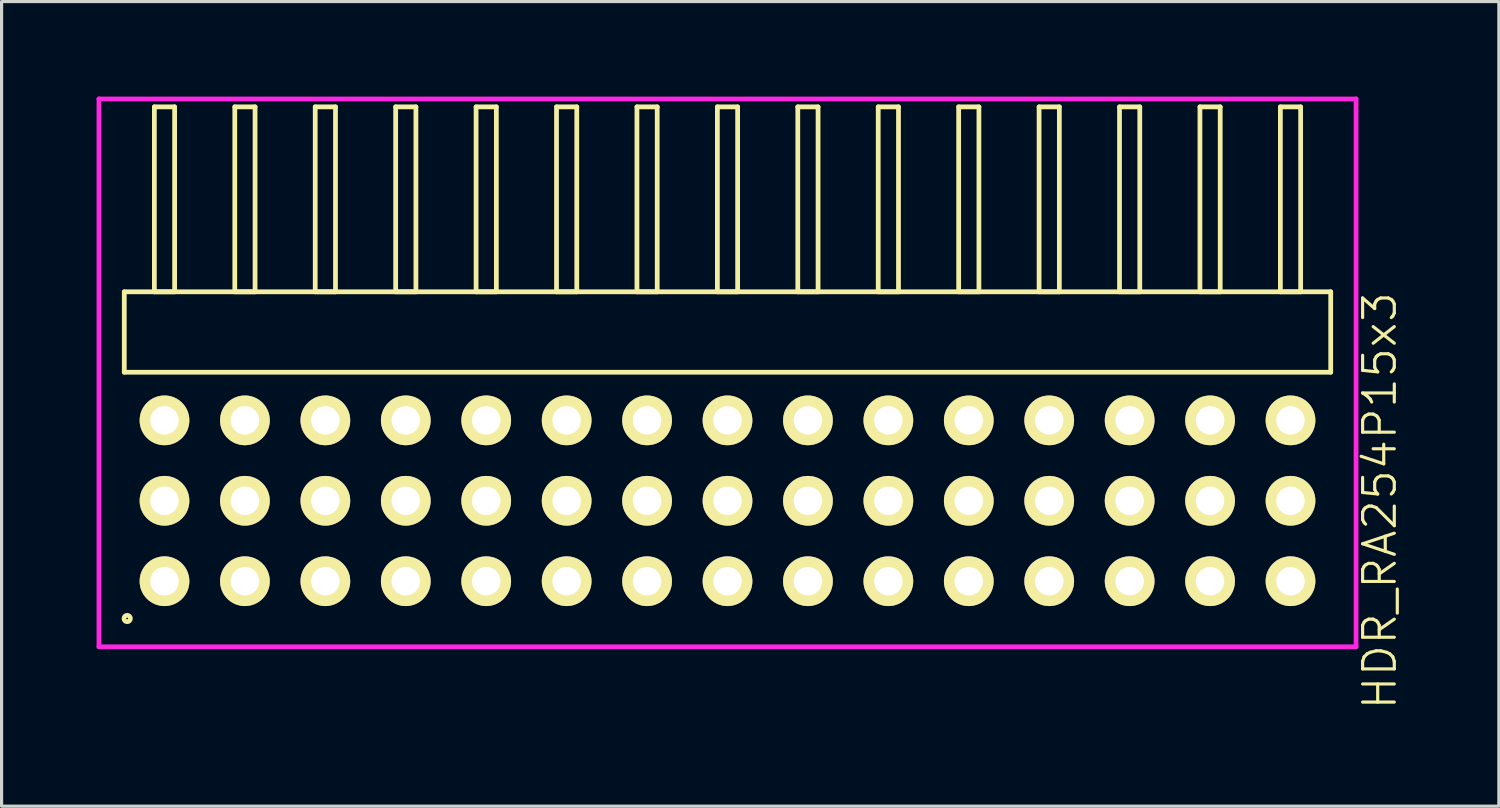
<source format=kicad_pcb>
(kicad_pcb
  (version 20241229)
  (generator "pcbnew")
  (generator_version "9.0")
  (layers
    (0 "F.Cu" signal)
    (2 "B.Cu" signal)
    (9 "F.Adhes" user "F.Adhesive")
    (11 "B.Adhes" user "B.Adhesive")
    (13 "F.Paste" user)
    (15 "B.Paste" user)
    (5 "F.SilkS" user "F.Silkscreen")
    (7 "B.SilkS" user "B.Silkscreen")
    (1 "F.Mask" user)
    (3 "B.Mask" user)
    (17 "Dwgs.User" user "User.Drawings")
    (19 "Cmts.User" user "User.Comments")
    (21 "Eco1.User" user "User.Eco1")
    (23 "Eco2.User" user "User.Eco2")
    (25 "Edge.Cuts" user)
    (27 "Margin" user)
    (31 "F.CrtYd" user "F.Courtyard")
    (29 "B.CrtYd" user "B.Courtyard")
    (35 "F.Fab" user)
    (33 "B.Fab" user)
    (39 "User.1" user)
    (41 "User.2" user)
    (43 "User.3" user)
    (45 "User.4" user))
  (footprint "HDR_RA254P15x3"
    (layer "F.Cu")
    (at 19.925 12.765)
    (property "Reference" "HDR_RA254P15x3" (at 20.6 0 90) (layer "F.SilkS") (effects (font (size 1 1) (thickness 0.1))))
    (attr through_hole)
    (fp_line (start -19.05 -6.6) (end -19.05 -4.06) (stroke (width 0.15) (type solid)) (layer "F.SilkS"))
    (fp_line (start -19.05 -4.06) (end 19.05 -4.06) (stroke (width 0.15) (type solid)) (layer "F.SilkS"))
    (fp_line (start -18.1 -12.44) (end -18.1 -6.6) (stroke (width 0.15) (type solid)) (layer "F.SilkS"))
    (fp_line (start -18.1 -6.6) (end -17.46 -6.6) (stroke (width 0.15) (type solid)) (layer "F.SilkS"))
    (fp_line (start -17.46 -12.44) (end -18.1 -12.44) (stroke (width 0.15) (type solid)) (layer "F.SilkS"))
    (fp_line (start -17.46 -6.6) (end -17.46 -12.44) (stroke (width 0.15) (type solid)) (layer "F.SilkS"))
    (fp_line (start -15.56 -12.44) (end -15.56 -6.6) (stroke (width 0.15) (type solid)) (layer "F.SilkS"))
    (fp_line (start -15.56 -6.6) (end -14.92 -6.6) (stroke (width 0.15) (type solid)) (layer "F.SilkS"))
    (fp_line (start -14.92 -12.44) (end -15.56 -12.44) (stroke (width 0.15) (type solid)) (layer "F.SilkS"))
    (fp_line (start -14.92 -6.6) (end -14.92 -12.44) (stroke (width 0.15) (type solid)) (layer "F.SilkS"))
    (fp_line (start -13.02 -12.44) (end -13.02 -6.6) (stroke (width 0.15) (type solid)) (layer "F.SilkS"))
    (fp_line (start -13.02 -6.6) (end -12.38 -6.6) (stroke (width 0.15) (type solid)) (layer "F.SilkS"))
    (fp_line (start -12.38 -12.44) (end -13.02 -12.44) (stroke (width 0.15) (type solid)) (layer "F.SilkS"))
    (fp_line (start -12.38 -6.6) (end -12.38 -12.44) (stroke (width 0.15) (type solid)) (layer "F.SilkS"))
    (fp_line (start -10.48 -12.44) (end -10.48 -6.6) (stroke (width 0.15) (type solid)) (layer "F.SilkS"))
    (fp_line (start -10.48 -6.6) (end -9.84 -6.6) (stroke (width 0.15) (type solid)) (layer "F.SilkS"))
    (fp_line (start -9.84 -12.44) (end -10.48 -12.44) (stroke (width 0.15) (type solid)) (layer "F.SilkS"))
    (fp_line (start -9.84 -6.6) (end -9.84 -12.44) (stroke (width 0.15) (type solid)) (layer "F.SilkS"))
    (fp_line (start -7.94 -12.44) (end -7.94 -6.6) (stroke (width 0.15) (type solid)) (layer "F.SilkS"))
    (fp_line (start -7.94 -6.6) (end -7.3 -6.6) (stroke (width 0.15) (type solid)) (layer "F.SilkS"))
    (fp_line (start -7.3 -12.44) (end -7.94 -12.44) (stroke (width 0.15) (type solid)) (layer "F.SilkS"))
    (fp_line (start -7.3 -6.6) (end -7.3 -12.44) (stroke (width 0.15) (type solid)) (layer "F.SilkS"))
    (fp_line (start -5.4 -12.44) (end -5.4 -6.6) (stroke (width 0.15) (type solid)) (layer "F.SilkS"))
    (fp_line (start -5.4 -6.6) (end -4.76 -6.6) (stroke (width 0.15) (type solid)) (layer "F.SilkS"))
    (fp_line (start -4.76 -12.44) (end -5.4 -12.44) (stroke (width 0.15) (type solid)) (layer "F.SilkS"))
    (fp_line (start -4.76 -6.6) (end -4.76 -12.44) (stroke (width 0.15) (type solid)) (layer "F.SilkS"))
    (fp_line (start -2.86 -12.44) (end -2.86 -6.6) (stroke (width 0.15) (type solid)) (layer "F.SilkS"))
    (fp_line (start -2.86 -6.6) (end -2.22 -6.6) (stroke (width 0.15) (type solid)) (layer "F.SilkS"))
    (fp_line (start -2.22 -12.44) (end -2.86 -12.44) (stroke (width 0.15) (type solid)) (layer "F.SilkS"))
    (fp_line (start -2.22 -6.6) (end -2.22 -12.44) (stroke (width 0.15) (type solid)) (layer "F.SilkS"))
    (fp_line (start -0.32 -12.44) (end -0.32 -6.6) (stroke (width 0.15) (type solid)) (layer "F.SilkS"))
    (fp_line (start -0.32 -6.6) (end 0.32 -6.6) (stroke (width 0.15) (type solid)) (layer "F.SilkS"))
    (fp_line (start 0.32 -12.44) (end -0.32 -12.44) (stroke (width 0.15) (type solid)) (layer "F.SilkS"))
    (fp_line (start 0.32 -6.6) (end 0.32 -12.44) (stroke (width 0.15) (type solid)) (layer "F.SilkS"))
    (fp_line (start 2.22 -12.44) (end 2.22 -6.6) (stroke (width 0.15) (type solid)) (layer "F.SilkS"))
    (fp_line (start 2.22 -6.6) (end 2.86 -6.6) (stroke (width 0.15) (type solid)) (layer "F.SilkS"))
    (fp_line (start 2.86 -12.44) (end 2.22 -12.44) (stroke (width 0.15) (type solid)) (layer "F.SilkS"))
    (fp_line (start 2.86 -6.6) (end 2.86 -12.44) (stroke (width 0.15) (type solid)) (layer "F.SilkS"))
    (fp_line (start 4.76 -12.44) (end 4.76 -6.6) (stroke (width 0.15) (type solid)) (layer "F.SilkS"))
    (fp_line (start 4.76 -6.6) (end 5.4 -6.6) (stroke (width 0.15) (type solid)) (layer "F.SilkS"))
    (fp_line (start 5.4 -12.44) (end 4.76 -12.44) (stroke (width 0.15) (type solid)) (layer "F.SilkS"))
    (fp_line (start 5.4 -6.6) (end 5.4 -12.44) (stroke (width 0.15) (type solid)) (layer "F.SilkS"))
    (fp_line (start 7.3 -12.44) (end 7.3 -6.6) (stroke (width 0.15) (type solid)) (layer "F.SilkS"))
    (fp_line (start 7.3 -6.6) (end 7.94 -6.6) (stroke (width 0.15) (type solid)) (layer "F.SilkS"))
    (fp_line (start 7.94 -12.44) (end 7.3 -12.44) (stroke (width 0.15) (type solid)) (layer "F.SilkS"))
    (fp_line (start 7.94 -6.6) (end 7.94 -12.44) (stroke (width 0.15) (type solid)) (layer "F.SilkS"))
    (fp_line (start 9.84 -12.44) (end 9.84 -6.6) (stroke (width 0.15) (type solid)) (layer "F.SilkS"))
    (fp_line (start 9.84 -6.6) (end 10.48 -6.6) (stroke (width 0.15) (type solid)) (layer "F.SilkS"))
    (fp_line (start 10.48 -12.44) (end 9.84 -12.44) (stroke (width 0.15) (type solid)) (layer "F.SilkS"))
    (fp_line (start 10.48 -6.6) (end 10.48 -12.44) (stroke (width 0.15) (type solid)) (layer "F.SilkS"))
    (fp_line (start 12.38 -12.44) (end 12.38 -6.6) (stroke (width 0.15) (type solid)) (layer "F.SilkS"))
    (fp_line (start 12.38 -6.6) (end 13.02 -6.6) (stroke (width 0.15) (type solid)) (layer "F.SilkS"))
    (fp_line (start 13.02 -12.44) (end 12.38 -12.44) (stroke (width 0.15) (type solid)) (layer "F.SilkS"))
    (fp_line (start 13.02 -6.6) (end 13.02 -12.44) (stroke (width 0.15) (type solid)) (layer "F.SilkS"))
    (fp_line (start 14.92 -12.44) (end 14.92 -6.6) (stroke (width 0.15) (type solid)) (layer "F.SilkS"))
    (fp_line (start 14.92 -6.6) (end 15.56 -6.6) (stroke (width 0.15) (type solid)) (layer "F.SilkS"))
    (fp_line (start 15.56 -12.44) (end 14.92 -12.44) (stroke (width 0.15) (type solid)) (layer "F.SilkS"))
    (fp_line (start 15.56 -6.6) (end 15.56 -12.44) (stroke (width 0.15) (type solid)) (layer "F.SilkS"))
    (fp_line (start 17.46 -12.44) (end 17.46 -6.6) (stroke (width 0.15) (type solid)) (layer "F.SilkS"))
    (fp_line (start 17.46 -6.6) (end 18.1 -6.6) (stroke (width 0.15) (type solid)) (layer "F.SilkS"))
    (fp_line (start 18.1 -12.44) (end 17.46 -12.44) (stroke (width 0.15) (type solid)) (layer "F.SilkS"))
    (fp_line (start 18.1 -6.6) (end 18.1 -12.44) (stroke (width 0.15) (type solid)) (layer "F.SilkS"))
    (fp_line (start 19.05 -6.6) (end -19.05 -6.6) (stroke (width 0.15) (type solid)) (layer "F.SilkS"))
    (fp_line (start 19.05 -4.06) (end 19.05 -6.6) (stroke (width 0.15) (type solid)) (layer "F.SilkS"))
    (fp_circle (center -18.958 3.718) (end -18.857 3.718) (stroke (width 0.15) (type solid)) (fill no) (layer "F.SilkS"))
    (fp_line (start -19.85 -12.69) (end -19.85 4.61) (stroke (width 0.15) (type solid)) (layer "F.CrtYd"))
    (fp_line (start -19.85 4.61) (end 19.85 4.61) (stroke (width 0.15) (type solid)) (layer "F.CrtYd"))
    (fp_line (start 19.85 -12.69) (end -19.85 -12.69) (stroke (width 0.15) (type solid)) (layer "F.CrtYd"))
    (fp_line (start 19.85 4.61) (end 19.85 -12.69) (stroke (width 0.15) (type solid)) (layer "F.CrtYd"))
    (pad "1" thru_hole oval (at -17.78 2.54) (size 1.57 1.57) (drill 0.9) (layers "*.Cu" "*.Mask" "F.SilkS"))
    (pad "2" thru_hole oval (at -17.78 0) (size 1.57 1.57) (drill 0.9) (layers "*.Cu" "*.Mask" "F.SilkS"))
    (pad "3" thru_hole oval (at -17.78 -2.54) (size 1.57 1.57) (drill 0.9) (layers "*.Cu" "*.Mask" "F.SilkS"))
    (pad "4" thru_hole oval (at -15.24 2.54) (size 1.57 1.57) (drill 0.9) (layers "*.Cu" "*.Mask" "F.SilkS"))
    (pad "5" thru_hole oval (at -15.24 0) (size 1.57 1.57) (drill 0.9) (layers "*.Cu" "*.Mask" "F.SilkS"))
    (pad "6" thru_hole oval (at -15.24 -2.54) (size 1.57 1.57) (drill 0.9) (layers "*.Cu" "*.Mask" "F.SilkS"))
    (pad "7" thru_hole oval (at -12.7 2.54) (size 1.57 1.57) (drill 0.9) (layers "*.Cu" "*.Mask" "F.SilkS"))
    (pad "8" thru_hole oval (at -12.7 0) (size 1.57 1.57) (drill 0.9) (layers "*.Cu" "*.Mask" "F.SilkS"))
    (pad "9" thru_hole oval (at -12.7 -2.54) (size 1.57 1.57) (drill 0.9) (layers "*.Cu" "*.Mask" "F.SilkS"))
    (pad "10" thru_hole oval (at -10.16 2.54) (size 1.57 1.57) (drill 0.9) (layers "*.Cu" "*.Mask" "F.SilkS"))
    (pad "11" thru_hole oval (at -10.16 0) (size 1.57 1.57) (drill 0.9) (layers "*.Cu" "*.Mask" "F.SilkS"))
    (pad "12" thru_hole oval (at -10.16 -2.54) (size 1.57 1.57) (drill 0.9) (layers "*.Cu" "*.Mask" "F.SilkS"))
    (pad "13" thru_hole oval (at -7.62 2.54) (size 1.57 1.57) (drill 0.9) (layers "*.Cu" "*.Mask" "F.SilkS"))
    (pad "14" thru_hole oval (at -7.62 0) (size 1.57 1.57) (drill 0.9) (layers "*.Cu" "*.Mask" "F.SilkS"))
    (pad "15" thru_hole oval (at -7.62 -2.54) (size 1.57 1.57) (drill 0.9) (layers "*.Cu" "*.Mask" "F.SilkS"))
    (pad "16" thru_hole oval (at -5.08 2.54) (size 1.57 1.57) (drill 0.9) (layers "*.Cu" "*.Mask" "F.SilkS"))
    (pad "17" thru_hole oval (at -5.08 0) (size 1.57 1.57) (drill 0.9) (layers "*.Cu" "*.Mask" "F.SilkS"))
    (pad "18" thru_hole oval (at -5.08 -2.54) (size 1.57 1.57) (drill 0.9) (layers "*.Cu" "*.Mask" "F.SilkS"))
    (pad "19" thru_hole oval (at -2.54 2.54) (size 1.57 1.57) (drill 0.9) (layers "*.Cu" "*.Mask" "F.SilkS"))
    (pad "20" thru_hole oval (at -2.54 0) (size 1.57 1.57) (drill 0.9) (layers "*.Cu" "*.Mask" "F.SilkS"))
    (pad "21" thru_hole oval (at -2.54 -2.54) (size 1.57 1.57) (drill 0.9) (layers "*.Cu" "*.Mask" "F.SilkS"))
    (pad "22" thru_hole oval (at 0 2.54) (size 1.57 1.57) (drill 0.9) (layers "*.Cu" "*.Mask" "F.SilkS"))
    (pad "23" thru_hole oval (at 0 0) (size 1.57 1.57) (drill 0.9) (layers "*.Cu" "*.Mask" "F.SilkS"))
    (pad "24" thru_hole oval (at 0 -2.54) (size 1.57 1.57) (drill 0.9) (layers "*.Cu" "*.Mask" "F.SilkS"))
    (pad "25" thru_hole oval (at 2.54 2.54) (size 1.57 1.57) (drill 0.9) (layers "*.Cu" "*.Mask" "F.SilkS"))
    (pad "26" thru_hole oval (at 2.54 0) (size 1.57 1.57) (drill 0.9) (layers "*.Cu" "*.Mask" "F.SilkS"))
    (pad "27" thru_hole oval (at 2.54 -2.54) (size 1.57 1.57) (drill 0.9) (layers "*.Cu" "*.Mask" "F.SilkS"))
    (pad "28" thru_hole oval (at 5.08 2.54) (size 1.57 1.57) (drill 0.9) (layers "*.Cu" "*.Mask" "F.SilkS"))
    (pad "29" thru_hole oval (at 5.08 0) (size 1.57 1.57) (drill 0.9) (layers "*.Cu" "*.Mask" "F.SilkS"))
    (pad "30" thru_hole oval (at 5.08 -2.54) (size 1.57 1.57) (drill 0.9) (layers "*.Cu" "*.Mask" "F.SilkS"))
    (pad "31" thru_hole oval (at 7.62 2.54) (size 1.57 1.57) (drill 0.9) (layers "*.Cu" "*.Mask" "F.SilkS"))
    (pad "32" thru_hole oval (at 7.62 0) (size 1.57 1.57) (drill 0.9) (layers "*.Cu" "*.Mask" "F.SilkS"))
    (pad "33" thru_hole oval (at 7.62 -2.54) (size 1.57 1.57) (drill 0.9) (layers "*.Cu" "*.Mask" "F.SilkS"))
    (pad "34" thru_hole oval (at 10.16 2.54) (size 1.57 1.57) (drill 0.9) (layers "*.Cu" "*.Mask" "F.SilkS"))
    (pad "35" thru_hole oval (at 10.16 0) (size 1.57 1.57) (drill 0.9) (layers "*.Cu" "*.Mask" "F.SilkS"))
    (pad "36" thru_hole oval (at 10.16 -2.54) (size 1.57 1.57) (drill 0.9) (layers "*.Cu" "*.Mask" "F.SilkS"))
    (pad "37" thru_hole oval (at 12.7 2.54) (size 1.57 1.57) (drill 0.9) (layers "*.Cu" "*.Mask" "F.SilkS"))
    (pad "38" thru_hole oval (at 12.7 0) (size 1.57 1.57) (drill 0.9) (layers "*.Cu" "*.Mask" "F.SilkS"))
    (pad "39" thru_hole oval (at 12.7 -2.54) (size 1.57 1.57) (drill 0.9) (layers "*.Cu" "*.Mask" "F.SilkS"))
    (pad "40" thru_hole oval (at 15.24 2.54) (size 1.57 1.57) (drill 0.9) (layers "*.Cu" "*.Mask" "F.SilkS"))
    (pad "41" thru_hole oval (at 15.24 0) (size 1.57 1.57) (drill 0.9) (layers "*.Cu" "*.Mask" "F.SilkS"))
    (pad "42" thru_hole oval (at 15.24 -2.54) (size 1.57 1.57) (drill 0.9) (layers "*.Cu" "*.Mask" "F.SilkS"))
    (pad "43" thru_hole oval (at 17.78 2.54) (size 1.57 1.57) (drill 0.9) (layers "*.Cu" "*.Mask" "F.SilkS"))
    (pad "44" thru_hole oval (at 17.78 0) (size 1.57 1.57) (drill 0.9) (layers "*.Cu" "*.Mask" "F.SilkS"))
    (pad "45" thru_hole oval (at 17.78 -2.54) (size 1.57 1.57) (drill 0.9) (layers "*.Cu" "*.Mask" "F.SilkS")))
  (gr_rect
    (start -3 -3)
    (end 44.285 22.41)
    (stroke (width 0.1) (type default))
    (fill no)
    (layer "Edge.Cuts")))
</source>
